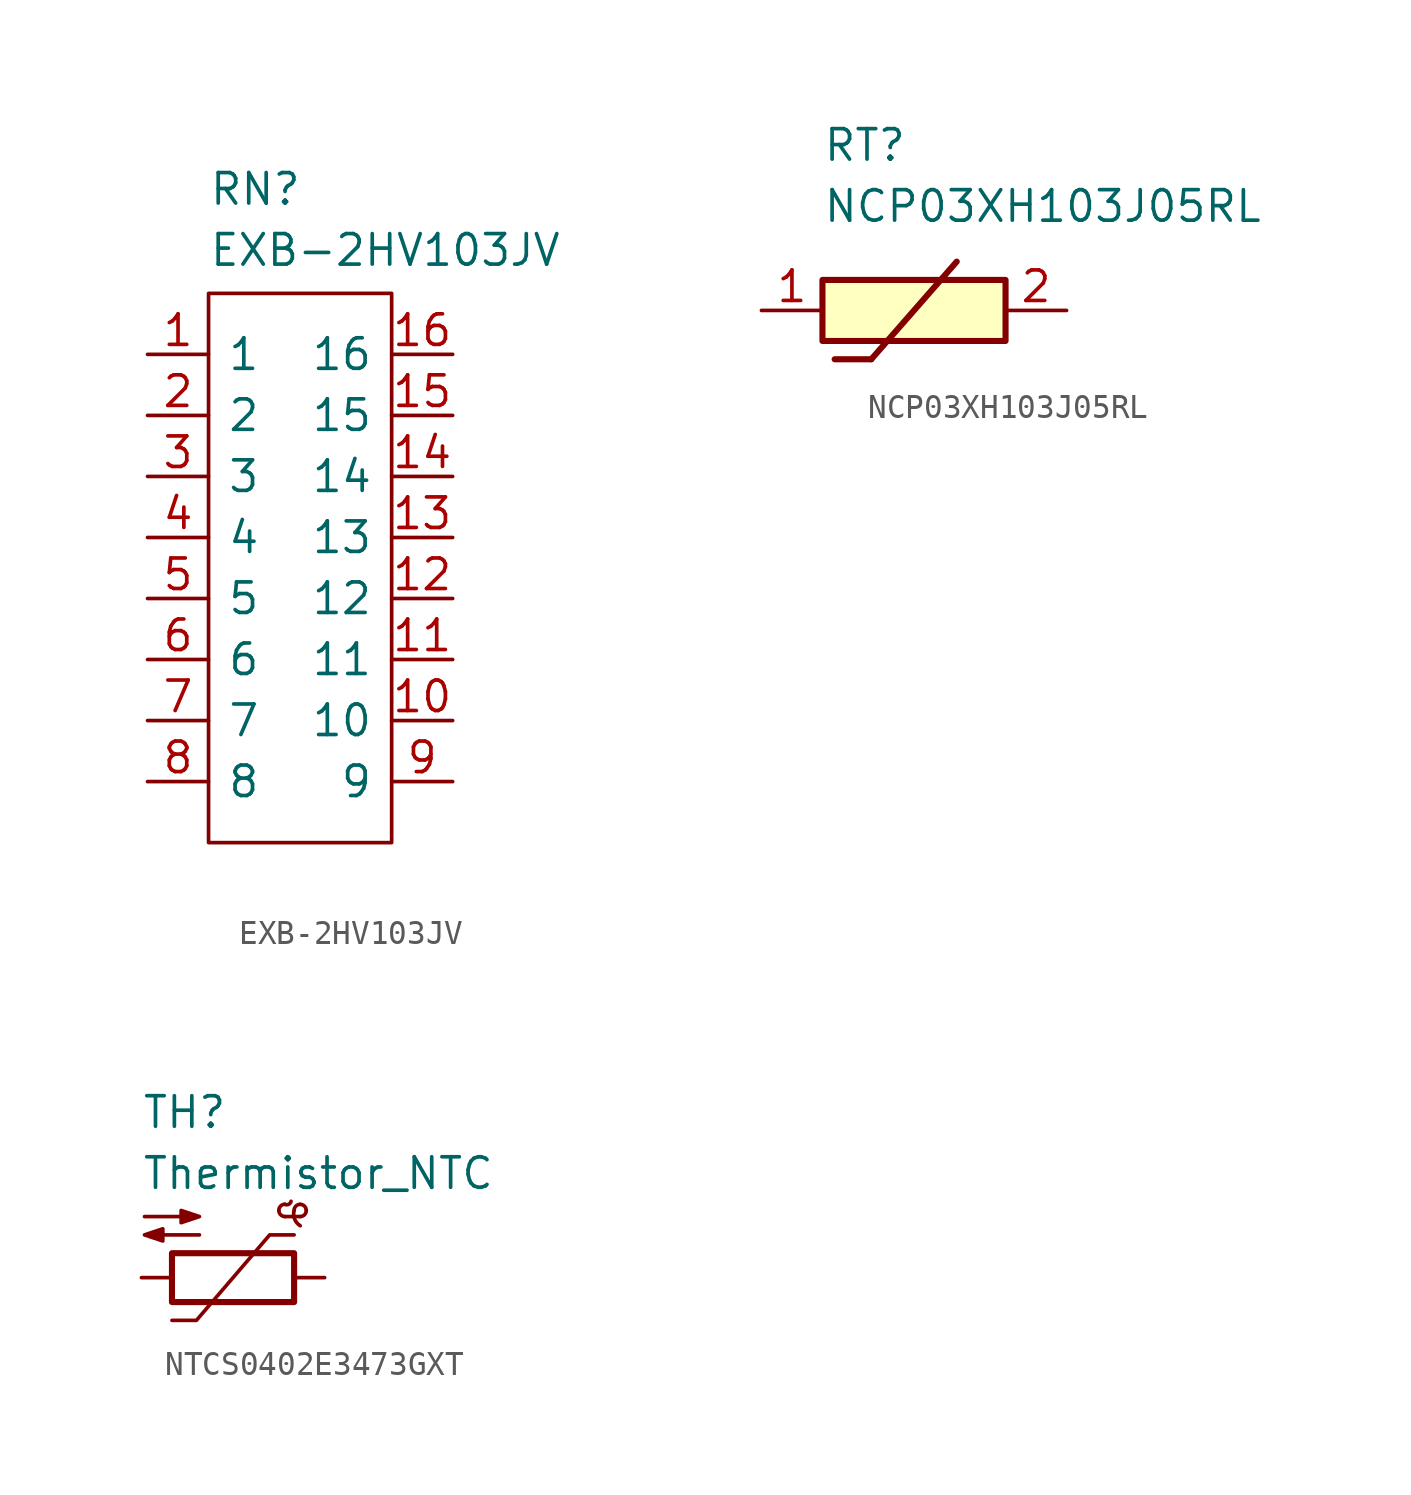
<source format=kicad_sym>
(kicad_symbol_lib
  (version 20241209)
  (generator "kicad_symbol_editor")
  (generator_version "9.0")
  (symbol "EXB-2HV103JV"
    (pin_names
      (offset 0.762))
    (property "Reference" "RN"
      (at 2.54 7.62 0)
      (effects (font (size 1.27 1.27)) (justify left top)))
    (property "Value" "EXB-2HV103JV"
      (at 2.54 5.08 0)
      (effects (font (size 1.27 1.27)) (justify left top)))
    (symbol "EXB-2HV103JV_0_0"
      (pin passive line (at 0 0 0) (length 2.54) (name "1" (effects (font (size 1.27 1.27)))) (number "1" (effects (font (size 1.27 1.27)))))
      (pin passive line (at 0 -2.54 0) (length 2.54) (name "2" (effects (font (size 1.27 1.27)))) (number "2" (effects (font (size 1.27 1.27)))))
      (pin passive line (at 0 -5.08 0) (length 2.54) (name "3" (effects (font (size 1.27 1.27)))) (number "3" (effects (font (size 1.27 1.27)))))
      (pin passive line (at 0 -7.62 0) (length 2.54) (name "4" (effects (font (size 1.27 1.27)))) (number "4" (effects (font (size 1.27 1.27)))))
      (pin passive line (at 0 -10.16 0) (length 2.54) (name "5" (effects (font (size 1.27 1.27)))) (number "5" (effects (font (size 1.27 1.27)))))
      (pin passive line (at 0 -12.7 0) (length 2.54) (name "6" (effects (font (size 1.27 1.27)))) (number "6" (effects (font (size 1.27 1.27)))))
      (pin passive line (at 0 -15.24 0) (length 2.54) (name "7" (effects (font (size 1.27 1.27)))) (number "7" (effects (font (size 1.27 1.27)))))
      (pin passive line (at 0 -17.78 0) (length 2.54) (name "8" (effects (font (size 1.27 1.27)))) (number "8" (effects (font (size 1.27 1.27)))))
      (pin passive line (at 12.7 0 180) (length 2.54) (name "16" (effects (font (size 1.27 1.27)))) (number "16" (effects (font (size 1.27 1.27)))))
      (pin passive line (at 12.7 -2.54 180) (length 2.54) (name "15" (effects (font (size 1.27 1.27)))) (number "15" (effects (font (size 1.27 1.27)))))
      (pin passive line (at 12.7 -5.08 180) (length 2.54) (name "14" (effects (font (size 1.27 1.27)))) (number "14" (effects (font (size 1.27 1.27)))))
      (pin passive line (at 12.7 -7.62 180) (length 2.54) (name "13" (effects (font (size 1.27 1.27)))) (number "13" (effects (font (size 1.27 1.27)))))
      (pin passive line (at 12.7 -10.16 180) (length 2.54) (name "12" (effects (font (size 1.27 1.27)))) (number "12" (effects (font (size 1.27 1.27)))))
      (pin passive line (at 12.7 -12.7 180) (length 2.54) (name "11" (effects (font (size 1.27 1.27)))) (number "11" (effects (font (size 1.27 1.27)))))
      (pin passive line (at 12.7 -15.24 180) (length 2.54) (name "10" (effects (font (size 1.27 1.27)))) (number "10" (effects (font (size 1.27 1.27)))))
      (pin passive line (at 12.7 -17.78 180) (length 2.54) (name "9" (effects (font (size 1.27 1.27)))) (number "9" (effects (font (size 1.27 1.27))))))
    (symbol "EXB-2HV103JV_0_1"
      (polyline (pts (xy 2.54 2.54) (xy 10.16 2.54) (xy 10.16 -20.32) (xy 2.54 -20.32) (xy 2.54 2.54)) (stroke (width 0.152) (type default)) (fill (type none)))))
  (symbol "NCP03XH103J05RL"
    (pin_names
      (hide yes))
    (property "Reference" "RT"
      (at 2.54 7.62 0)
      (effects (font (size 1.27 1.27)) (justify left top)))
    (property "Value" "NCP03XH103J05RL"
      (at 2.54 5.08 0)
      (effects (font (size 1.27 1.27)) (justify left top)))
    (symbol "NCP03XH103J05RL_1_1"
      (rectangle (start 2.54 1.27) (end 10.16 -1.27) (stroke (width 0.254) (type default)) (fill (type background)))
      (polyline (pts (xy 3.048 -2.032) (xy 4.572 -2.032)) (stroke (width 0.254) (type default)) (fill (type none)))
      (polyline (pts (xy 8.128 2.032) (xy 4.572 -2.032)) (stroke (width 0.254) (type default)) (fill (type none)))
      (pin passive line (at 0 0 0) (length 2.54) (name "1" (effects (font (size 1.27 1.27)))) (number "1" (effects (font (size 1.27 1.27)))))
      (pin passive line (at 12.7 0 180) (length 2.54) (name "2" (effects (font (size 1.27 1.27)))) (number "2" (effects (font (size 1.27 1.27)))))))
  (symbol "NTCS0402E3473GXT"
    (pin_numbers
      (hide yes))
    (pin_names
      (offset 0))
    (property "Reference" "TH"
      (at 0 7.62 0)
      (effects (font (size 1.27 1.27)) (justify left top)))
    (property "Value" "Thermistor_NTC"
      (at 0 5.08 0)
      (effects (font (size 1.27 1.27)) (justify left top)))
    (symbol "NTCS0402E3473GXT_0_1"
      (polyline (pts (xy 0.127 2.54) (xy 2.413 2.54) (xy 1.651 2.794) (xy 1.651 2.286) (xy 2.413 2.54) (xy 2.159 2.54)) (stroke (width 0) (type default)) (fill (type outline)))
      (polyline (pts (xy 2.413 1.778) (xy 0.127 1.778) (xy 0.889 2.032) (xy 0.889 1.524) (xy 0.127 1.778) (xy 0.381 1.778)) (stroke (width 0) (type default)) (fill (type outline)))
      (arc (start 5.715 2.794) (mid 5.7894 2.9736) (end 5.969 3.048) (stroke (width 0) (type default)) (fill (type none)))
      (polyline (pts (xy 5.969 2.54) (xy 6.604 2.54)) (stroke (width 0) (type default)) (fill (type none)))
      (arc (start 5.969 2.54) (mid 5.7894 2.6144) (end 5.715 2.794) (stroke (width 0) (type default)) (fill (type none)))
      (arc (start 6.223 3.175) (mid 6.1265 3.0505) (end 5.969 3.048) (stroke (width 0) (type default)) (fill (type none)))
      (polyline (pts (xy 6.35 1.778) (xy 5.334 1.778) (xy 2.286 -1.778) (xy 1.27 -1.778)) (stroke (width 0) (type default)) (fill (type none)))
      (rectangle (start 6.35 1.016) (end 1.27 -1.016) (stroke (width 0.254) (type default)) (fill (type none)))
      (arc (start 6.604 3.048) (mid 6.7836 2.9736) (end 6.858 2.794) (stroke (width 0) (type default)) (fill (type none)))
      (arc (start 6.35 2.794) (mid 6.4244 2.9736) (end 6.604 3.048) (stroke (width 0) (type default)) (fill (type none)))
      (arc (start 6.858 2.794) (mid 6.7836 2.6144) (end 6.604 2.54) (stroke (width 0) (type default)) (fill (type none)))
      (arc (start 6.604 2.159) (mid 6.3708 2.434) (end 6.35 2.794) (stroke (width 0) (type default)) (fill (type none))))
    (symbol "NTCS0402E3473GXT_1_1"
      (pin passive line (at 0 0 0) (length 1.27) (name "~" (effects (font (size 1.27 1.27)))) (number "2" (effects (font (size 1.27 1.27)))))
      (pin passive line (at 7.62 0 180) (length 1.27) (name "~" (effects (font (size 1.27 1.27)))) (number "1" (effects (font (size 1.27 1.27))))))))
</source>
